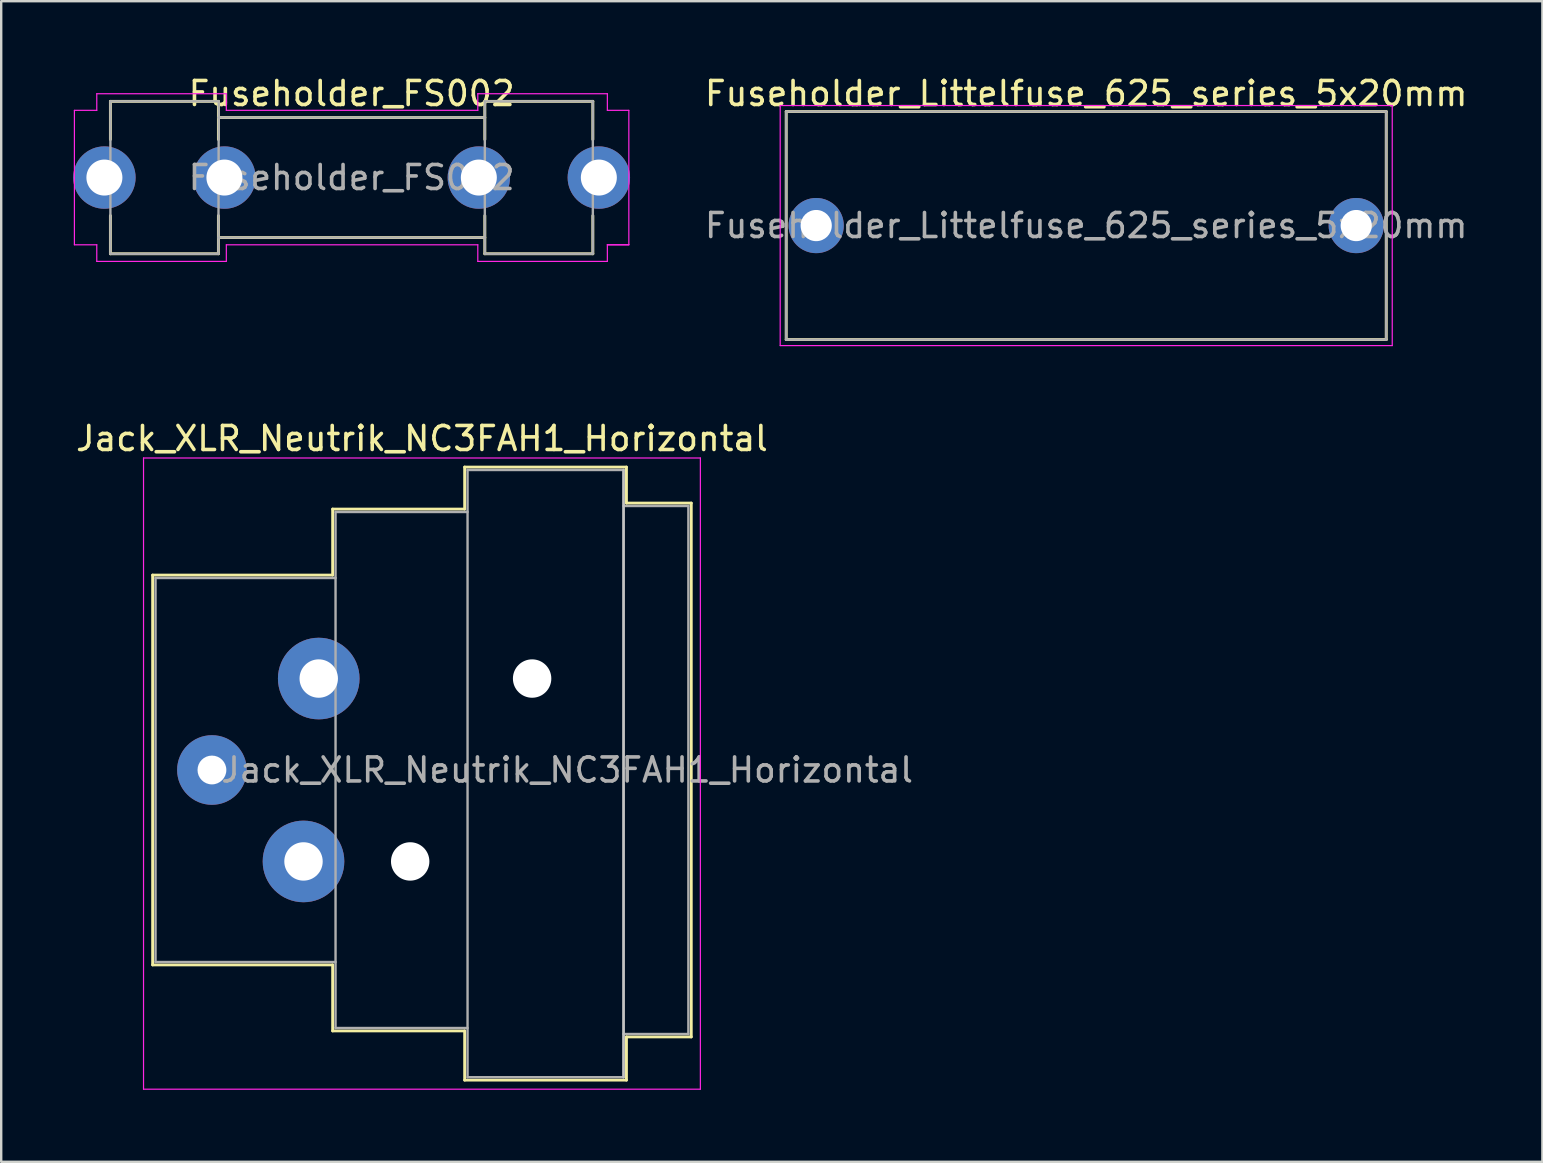
<source format=kicad_pcb>
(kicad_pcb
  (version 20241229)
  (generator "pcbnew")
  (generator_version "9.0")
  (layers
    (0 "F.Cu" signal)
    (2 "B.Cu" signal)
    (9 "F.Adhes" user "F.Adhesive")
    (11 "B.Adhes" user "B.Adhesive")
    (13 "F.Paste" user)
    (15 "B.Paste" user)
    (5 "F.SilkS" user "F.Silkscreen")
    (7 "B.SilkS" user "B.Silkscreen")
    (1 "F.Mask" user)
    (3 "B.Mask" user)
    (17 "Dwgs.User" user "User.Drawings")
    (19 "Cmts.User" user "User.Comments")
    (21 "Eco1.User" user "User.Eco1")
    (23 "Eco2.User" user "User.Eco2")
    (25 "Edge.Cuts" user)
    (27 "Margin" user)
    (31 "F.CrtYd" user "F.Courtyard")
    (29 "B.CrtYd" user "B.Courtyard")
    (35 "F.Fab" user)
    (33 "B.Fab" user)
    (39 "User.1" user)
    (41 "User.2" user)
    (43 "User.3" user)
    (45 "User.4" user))
  (footprint "Fuseholder_Littelfuse_625_series_5x20mm"
    (layer "F.Cu")
    (at 42.206 6.348)
    (property "Reference" "Fuseholder_Littelfuse_625_series_5x20mm" (at 0 -5.5 0) (unlocked yes) (layer "F.SilkS") (effects (font (size 1 1) (thickness 0.15))))
    (attr through_hole)
    (fp_line (start -12.5 -4.75) (end 12.5 -4.75) (stroke (width 0.12) (type solid)) (layer "F.SilkS"))
    (fp_line (start -12.5 4.75) (end -12.5 -4.75) (stroke (width 0.12) (type solid)) (layer "F.SilkS"))
    (fp_line (start 12.5 -4.75) (end 12.5 4.75) (stroke (width 0.12) (type solid)) (layer "F.SilkS"))
    (fp_line (start 12.5 4.75) (end -12.5 4.75) (stroke (width 0.12) (type solid)) (layer "F.SilkS"))
    (fp_line (start -12.75 -5) (end 12.75 -5) (stroke (width 0.05) (type solid)) (layer "F.CrtYd"))
    (fp_line (start -12.75 5) (end -12.75 -5) (stroke (width 0.05) (type solid)) (layer "F.CrtYd"))
    (fp_line (start 12.75 -5) (end 12.75 5) (stroke (width 0.05) (type solid)) (layer "F.CrtYd"))
    (fp_line (start 12.75 5) (end -12.75 5) (stroke (width 0.05) (type solid)) (layer "F.CrtYd"))
    (fp_line (start -12.5 -4.75) (end 12.5 -4.75) (stroke (width 0.1) (type solid)) (layer "F.Fab"))
    (fp_line (start -12.5 4.75) (end -12.5 -4.75) (stroke (width 0.1) (type solid)) (layer "F.Fab"))
    (fp_line (start 12.5 -4.75) (end 12.5 4.75) (stroke (width 0.1) (type solid)) (layer "F.Fab"))
    (fp_line (start 12.5 4.75) (end -12.5 4.75) (stroke (width 0.1) (type solid)) (layer "F.Fab"))
    (fp_text user "${REFERENCE}" (at 0 0 0) (unlocked yes) (layer "F.Fab") (effects (font (size 1 1) (thickness 0.15))))
    (pad "1" thru_hole circle (at -11.25 0) (size 2.3 2.3) (drill 1.3) (layers "*.Cu" "*.Mask"))
    (pad "2" thru_hole circle (at 11.25 0) (size 2.3 2.3) (drill 1.3) (layers "*.Cu" "*.Mask")))
  (footprint "Fuseholder_FS002"
    (layer "F.Cu")
    (at 1.3 4.348)
    (property "Reference" "Fuseholder_FS002" (at 10.3 -3.5 0) (layer "F.SilkS") (effects (font (size 1 1) (thickness 0.15))))
    (attr through_hole)
    (fp_line (start 0.25 -3.175) (end 0.25 -1.587) (stroke (width 0.12) (type solid)) (layer "F.SilkS"))
    (fp_line (start 0.25 3.175) (end 0.25 1.587) (stroke (width 0.12) (type solid)) (layer "F.SilkS"))
    (fp_line (start 4.75 -3.175) (end 0.25 -3.175) (stroke (width 0.12) (type solid)) (layer "F.SilkS"))
    (fp_line (start 4.75 -3.175) (end 4.75 -1.587) (stroke (width 0.12) (type solid)) (layer "F.SilkS"))
    (fp_line (start 4.75 3.175) (end 0.25 3.175) (stroke (width 0.12) (type solid)) (layer "F.SilkS"))
    (fp_line (start 4.75 3.175) (end 4.75 1.587) (stroke (width 0.12) (type solid)) (layer "F.SilkS"))
    (fp_line (start 15.85 -3.175) (end 15.85 -1.587) (stroke (width 0.12) (type solid)) (layer "F.SilkS"))
    (fp_line (start 15.85 -2.5) (end 4.75 -2.5) (stroke (width 0.12) (type solid)) (layer "F.SilkS"))
    (fp_line (start 15.85 2.5) (end 4.75 2.5) (stroke (width 0.12) (type solid)) (layer "F.SilkS"))
    (fp_line (start 15.85 3.175) (end 15.85 1.587) (stroke (width 0.12) (type solid)) (layer "F.SilkS"))
    (fp_line (start 15.85 3.175) (end 20.35 3.175) (stroke (width 0.12) (type solid)) (layer "F.SilkS"))
    (fp_line (start 20.35 -3.175) (end 15.85 -3.175) (stroke (width 0.12) (type solid)) (layer "F.SilkS"))
    (fp_line (start 20.35 -1.587) (end 20.35 -3.175) (stroke (width 0.12) (type solid)) (layer "F.SilkS"))
    (fp_line (start 20.35 1.587) (end 20.35 3.175) (stroke (width 0.12) (type solid)) (layer "F.SilkS"))
    (fp_line (start -1.25 -2.8) (end -1.25 2.8) (stroke (width 0.05) (type solid)) (layer "F.CrtYd"))
    (fp_line (start -0.318 -3.493) (end 5.08 -3.493) (stroke (width 0.05) (type solid)) (layer "F.CrtYd"))
    (fp_line (start -0.318 -2.8) (end -1.25 -2.8) (stroke (width 0.05) (type solid)) (layer "F.CrtYd"))
    (fp_line (start -0.318 -2.8) (end -0.318 -3.493) (stroke (width 0.05) (type solid)) (layer "F.CrtYd"))
    (fp_line (start -0.318 2.8) (end -1.25 2.8) (stroke (width 0.05) (type solid)) (layer "F.CrtYd"))
    (fp_line (start -0.318 3.493) (end -0.318 2.8) (stroke (width 0.05) (type solid)) (layer "F.CrtYd"))
    (fp_line (start 5.08 -3.493) (end 5.08 -2.8) (stroke (width 0.05) (type solid)) (layer "F.CrtYd"))
    (fp_line (start 5.08 -2.8) (end 15.557 -2.8) (stroke (width 0.05) (type solid)) (layer "F.CrtYd"))
    (fp_line (start 5.08 2.8) (end 5.08 3.493) (stroke (width 0.05) (type solid)) (layer "F.CrtYd"))
    (fp_line (start 5.08 3.493) (end -0.318 3.493) (stroke (width 0.05) (type default)) (layer "F.CrtYd"))
    (fp_line (start 15.557 -3.493) (end 20.955 -3.493) (stroke (width 0.05) (type solid)) (layer "F.CrtYd"))
    (fp_line (start 15.557 -2.8) (end 15.557 -3.493) (stroke (width 0.05) (type solid)) (layer "F.CrtYd"))
    (fp_line (start 15.557 2.8) (end 5.08 2.8) (stroke (width 0.05) (type solid)) (layer "F.CrtYd"))
    (fp_line (start 15.557 3.493) (end 15.557 2.8) (stroke (width 0.05) (type solid)) (layer "F.CrtYd"))
    (fp_line (start 20.955 -3.493) (end 20.955 -2.8) (stroke (width 0.05) (type solid)) (layer "F.CrtYd"))
    (fp_line (start 20.955 -2.8) (end 21.85 -2.8) (stroke (width 0.05) (type solid)) (layer "F.CrtYd"))
    (fp_line (start 20.955 2.8) (end 20.955 3.493) (stroke (width 0.05) (type solid)) (layer "F.CrtYd"))
    (fp_line (start 20.955 3.493) (end 15.557 3.493) (stroke (width 0.05) (type solid)) (layer "F.CrtYd"))
    (fp_line (start 21.85 2.8) (end 20.955 2.8) (stroke (width 0.05) (type solid)) (layer "F.CrtYd"))
    (fp_line (start 21.85 2.8) (end 20.955 2.8) (stroke (width 0.05) (type solid)) (layer "F.CrtYd"))
    (fp_line (start 21.85 2.8) (end 21.85 -2.8) (stroke (width 0.05) (type solid)) (layer "F.CrtYd"))
    (fp_line (start 0.25 -3.175) (end 4.763 -3.175) (stroke (width 0.1) (type solid)) (layer "F.Fab"))
    (fp_line (start 0.25 3.175) (end 0.25 -3.175) (stroke (width 0.1) (type solid)) (layer "F.Fab"))
    (fp_line (start 4.75 -2.5) (end 15.85 -2.5) (stroke (width 0.1) (type solid)) (layer "F.Fab"))
    (fp_line (start 4.75 3.175) (end 0.25 3.175) (stroke (width 0.1) (type solid)) (layer "F.Fab"))
    (fp_line (start 4.763 -3.175) (end 4.75 3.175) (stroke (width 0.1) (type solid)) (layer "F.Fab"))
    (fp_line (start 15.85 -3.175) (end 15.85 3.175) (stroke (width 0.1) (type solid)) (layer "F.Fab"))
    (fp_line (start 15.85 2.5) (end 4.75 2.5) (stroke (width 0.1) (type solid)) (layer "F.Fab"))
    (fp_line (start 15.85 3.175) (end 20.35 3.175) (stroke (width 0.1) (type solid)) (layer "F.Fab"))
    (fp_line (start 20.35 -3.175) (end 15.85 -3.175) (stroke (width 0.1) (type solid)) (layer "F.Fab"))
    (fp_line (start 20.35 3.175) (end 20.35 -3.175) (stroke (width 0.1) (type solid)) (layer "F.Fab"))
    (fp_text user "${REFERENCE}" (at 10.3 0 0) (layer "F.Fab") (effects (font (size 1 1) (thickness 0.15))))
    (pad "1" thru_hole circle (at 0 0) (size 2.6 2.6) (drill 1.5) (layers "*.Cu" "*.Mask"))
    (pad "1" thru_hole circle (at 5 0) (size 2.6 2.6) (drill 1.5) (layers "*.Cu" "*.Mask"))
    (pad "2" thru_hole circle (at 15.6 0) (size 2.6 2.6) (drill 1.5) (layers "*.Cu" "*.Mask"))
    (pad "2" thru_hole circle (at 20.6 0) (size 2.6 2.6) (drill 1.5) (layers "*.Cu" "*.Mask")))
  (footprint "Jack_XLR_Neutrik_NC3FAH1_Horizontal"
    (layer "F.Cu")
    (at 10.23 25.221)
    (property "Reference" "Jack_XLR_Neutrik_NC3FAH1_Horizontal" (at 4.3 -10 0) (layer "F.SilkS") (effects (font (size 1 1) (thickness 0.15))))
    (attr through_hole)
    (fp_line (start -6.92 -4.31) (end -6.92 11.93) (stroke (width 0.12) (type solid)) (layer "F.SilkS"))
    (fp_line (start 0.58 -7.06) (end 0.58 -4.31) (stroke (width 0.12) (type solid)) (layer "F.SilkS"))
    (fp_line (start 0.58 -4.31) (end -6.92 -4.31) (stroke (width 0.12) (type solid)) (layer "F.SilkS"))
    (fp_line (start 0.58 11.93) (end -6.92 11.93) (stroke (width 0.12) (type solid)) (layer "F.SilkS"))
    (fp_line (start 0.58 11.93) (end 0.58 14.68) (stroke (width 0.12) (type solid)) (layer "F.SilkS"))
    (fp_line (start 6.08 -7.06) (end 0.58 -7.06) (stroke (width 0.12) (type solid)) (layer "F.SilkS"))
    (fp_line (start 6.08 -7.06) (end 6.08 -8.81) (stroke (width 0.12) (type solid)) (layer "F.SilkS"))
    (fp_line (start 6.08 14.68) (end 0.58 14.68) (stroke (width 0.12) (type solid)) (layer "F.SilkS"))
    (fp_line (start 6.08 16.73) (end 6.08 14.68) (stroke (width 0.12) (type solid)) (layer "F.SilkS"))
    (fp_line (start 12.82 -8.81) (end 6.08 -8.81) (stroke (width 0.12) (type solid)) (layer "F.SilkS"))
    (fp_line (start 12.82 -8.81) (end 12.82 -7.31) (stroke (width 0.12) (type solid)) (layer "F.SilkS"))
    (fp_line (start 12.82 -7.31) (end 15.52 -7.31) (stroke (width 0.12) (type solid)) (layer "F.SilkS"))
    (fp_line (start 12.82 14.93) (end 12.82 16.73) (stroke (width 0.12) (type solid)) (layer "F.SilkS"))
    (fp_line (start 12.82 14.93) (end 15.52 14.93) (stroke (width 0.12) (type solid)) (layer "F.SilkS"))
    (fp_line (start 12.82 16.73) (end 6.08 16.73) (stroke (width 0.12) (type solid)) (layer "F.SilkS"))
    (fp_line (start 15.52 -7.31) (end 15.52 14.93) (stroke (width 0.12) (type solid)) (layer "F.SilkS"))
    (fp_line (start 12.7 -8.69) (end 12.7 16.61) (stroke (width 0.1) (type solid)) (layer "Dwgs.User"))
    (fp_line (start -7.3 -9.19) (end -7.3 17.11) (stroke (width 0.05) (type solid)) (layer "F.CrtYd"))
    (fp_line (start 15.9 -9.19) (end -7.3 -9.19) (stroke (width 0.05) (type solid)) (layer "F.CrtYd"))
    (fp_line (start 15.9 -9.19) (end 15.9 17.11) (stroke (width 0.05) (type solid)) (layer "F.CrtYd"))
    (fp_line (start 15.9 17.11) (end -7.3 17.11) (stroke (width 0.05) (type solid)) (layer "F.CrtYd"))
    (fp_line (start -6.8 -4.19) (end -6.8 11.81) (stroke (width 0.1) (type solid)) (layer "F.Fab"))
    (fp_line (start -6.8 11.81) (end 0.7 11.81) (stroke (width 0.1) (type solid)) (layer "F.Fab"))
    (fp_line (start 0.7 -6.94) (end 0.7 14.56) (stroke (width 0.1) (type solid)) (layer "F.Fab"))
    (fp_line (start 0.7 -4.19) (end -6.8 -4.19) (stroke (width 0.1) (type solid)) (layer "F.Fab"))
    (fp_line (start 0.7 14.56) (end 6.2 14.56) (stroke (width 0.1) (type solid)) (layer "F.Fab"))
    (fp_line (start 6.2 -8.69) (end 12.7 -8.69) (stroke (width 0.1) (type solid)) (layer "F.Fab"))
    (fp_line (start 6.2 -6.94) (end 0.7 -6.94) (stroke (width 0.1) (type solid)) (layer "F.Fab"))
    (fp_line (start 6.2 16.61) (end 6.2 -8.69) (stroke (width 0.1) (type solid)) (layer "F.Fab"))
    (fp_line (start 12.7 -8.69) (end 12.7 16.61) (stroke (width 0.1) (type solid)) (layer "F.Fab"))
    (fp_line (start 12.7 -7.19) (end 15.4 -7.19) (stroke (width 0.1) (type solid)) (layer "F.Fab"))
    (fp_line (start 12.7 16.61) (end 6.2 16.61) (stroke (width 0.1) (type solid)) (layer "F.Fab"))
    (fp_line (start 15.4 -7.19) (end 15.4 14.81) (stroke (width 0.1) (type solid)) (layer "F.Fab"))
    (fp_line (start 15.4 14.81) (end 12.7 14.81) (stroke (width 0.1) (type solid)) (layer "F.Fab"))
    (fp_text user "${REFERENCE}" (at 10.35 3.81 0) (layer "F.Fab") (effects (font (size 1 1) (thickness 0.15))))
    (pad "" np_thru_hole circle (at 3.81 7.62) (size 1.6 1.6) (drill 1.6) (layers "*.Cu" "*.Mask"))
    (pad "" np_thru_hole circle (at 8.89 0) (size 1.6 1.6) (drill 1.6) (layers "*.Cu" "*.Mask"))
    (pad "1" thru_hole circle (at 0 0) (size 3.4 3.4) (drill 1.6) (layers "*.Cu" "*.Mask"))
    (pad "2" thru_hole circle (at -0.635 7.62) (size 3.4 3.4) (drill 1.6) (layers "*.Cu" "*.Mask"))
    (pad "3" thru_hole circle (at -4.45 3.81) (size 2.9 2.9) (drill 1.2) (layers "*.Cu" "*.Mask")))
  (gr_rect
    (start -3 -3)
    (end 61.212 45.356)
    (stroke (width 0.1) (type default))
    (fill no)
    (layer "Edge.Cuts")))
</source>
